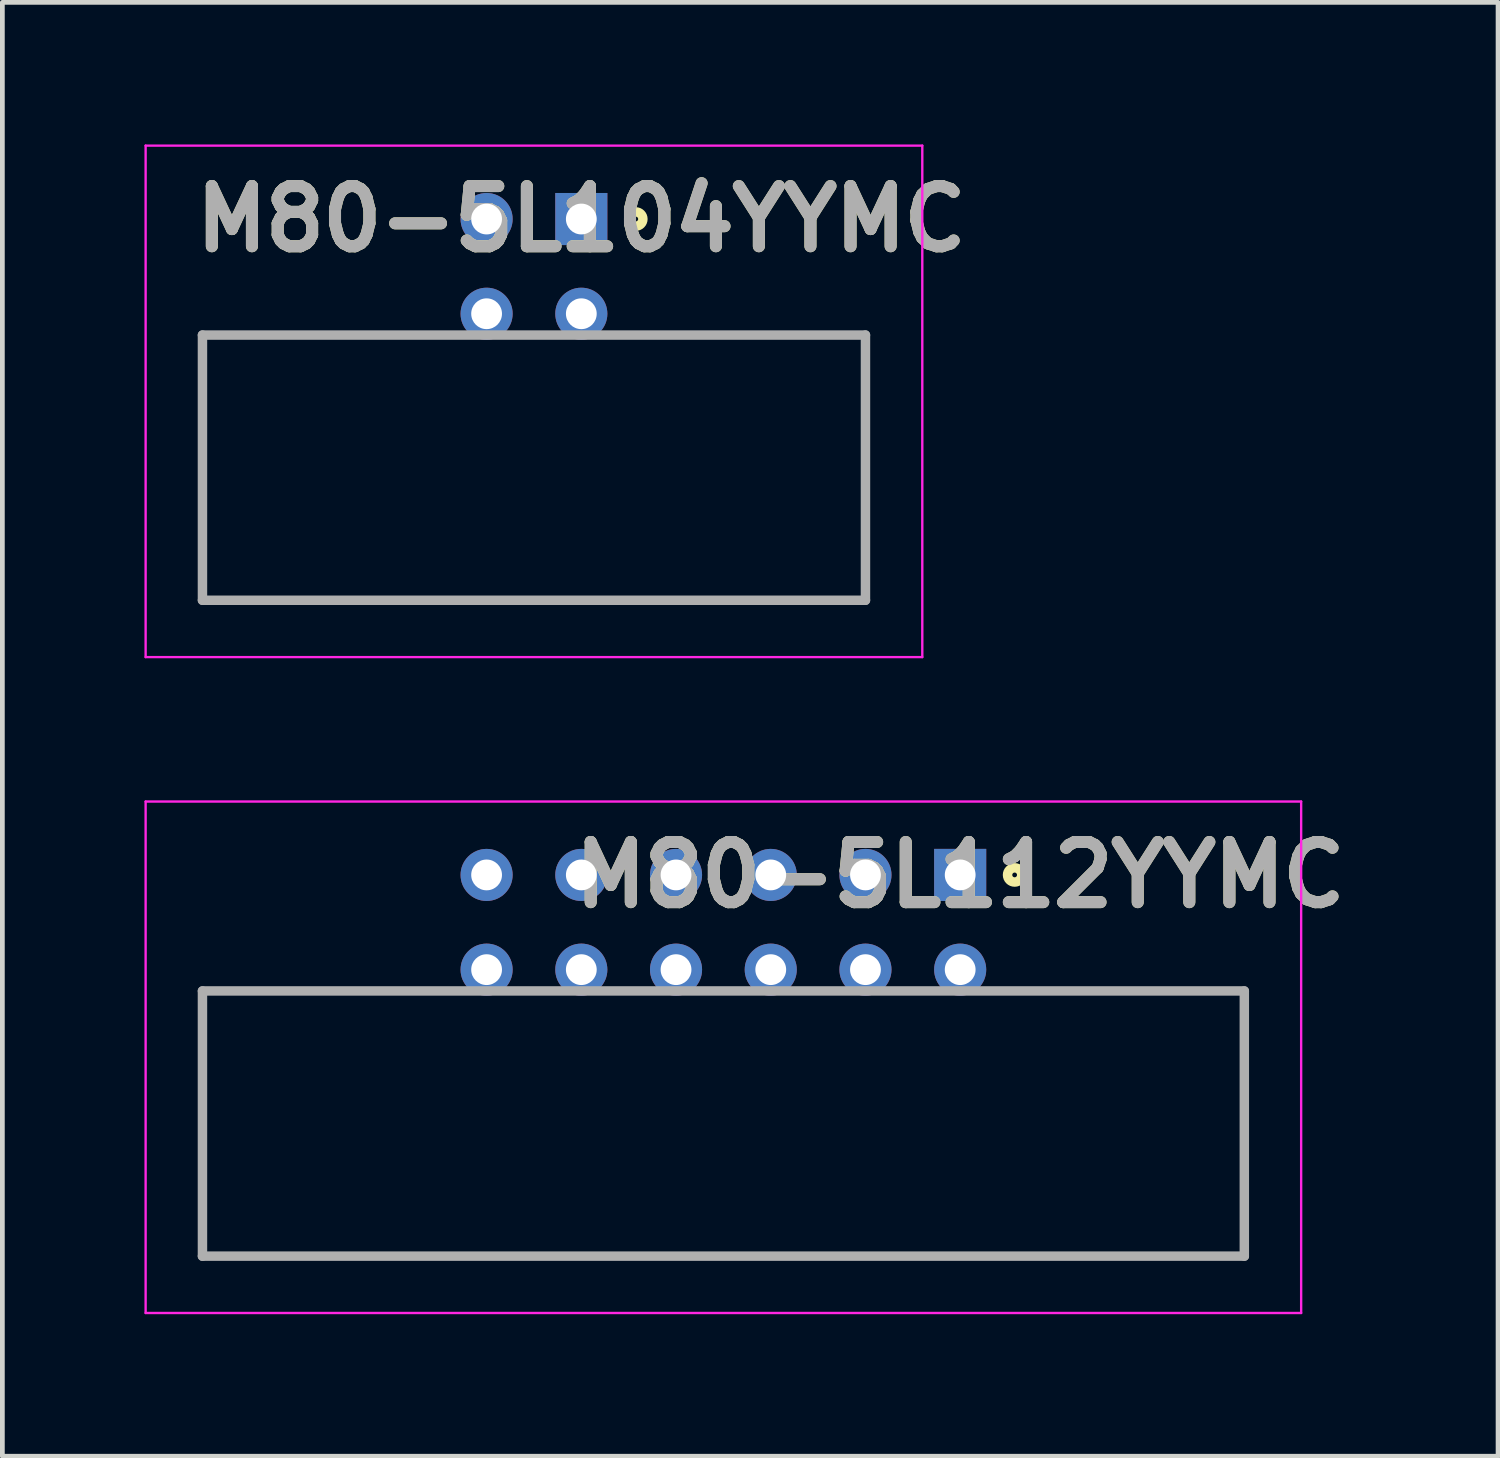
<source format=kicad_pcb>
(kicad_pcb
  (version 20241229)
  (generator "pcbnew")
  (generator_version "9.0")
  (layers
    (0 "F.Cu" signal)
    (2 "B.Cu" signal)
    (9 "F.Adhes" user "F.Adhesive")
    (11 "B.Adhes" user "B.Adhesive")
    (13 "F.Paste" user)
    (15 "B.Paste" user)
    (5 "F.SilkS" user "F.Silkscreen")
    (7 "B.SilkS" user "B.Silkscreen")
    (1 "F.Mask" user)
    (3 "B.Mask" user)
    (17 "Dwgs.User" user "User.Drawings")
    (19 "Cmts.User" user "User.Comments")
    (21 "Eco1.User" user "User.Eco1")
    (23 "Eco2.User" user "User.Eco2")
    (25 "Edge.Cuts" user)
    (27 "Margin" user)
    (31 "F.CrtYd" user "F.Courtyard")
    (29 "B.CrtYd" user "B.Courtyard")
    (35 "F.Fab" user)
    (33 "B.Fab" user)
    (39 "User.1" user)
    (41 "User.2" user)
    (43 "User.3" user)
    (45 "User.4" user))
  (footprint "M80-5L104YYMC"
    (layer "F.Cu")
    (at 9.225 1.575)
    (property "Reference" "M80-5L104YYMC" (at 0 0 0) (layer "F.SilkS") (effects (font (size 1.27 1.27) (thickness 0.254))))
    (attr through_hole)
    (fp_line (start -8 8.05) (end -8 2.45) (stroke (width 0.1) (type solid)) (layer "F.SilkS"))
    (fp_line (start 6 2.45) (end 6 8.05) (stroke (width 0.1) (type solid)) (layer "F.SilkS"))
    (fp_line (start 6 8.05) (end -8 8.05) (stroke (width 0.1) (type solid)) (layer "F.SilkS"))
    (fp_circle (center 1.15 0) (end 1.15 0.05) (stroke (width 0.2) (type solid)) (fill no) (layer "F.SilkS"))
    (fp_line (start -9.2 -1.55) (end 7.2 -1.55) (stroke (width 0.05) (type solid)) (layer "F.CrtYd"))
    (fp_line (start -9.2 9.25) (end -9.2 -1.55) (stroke (width 0.05) (type solid)) (layer "F.CrtYd"))
    (fp_line (start 7.2 -1.55) (end 7.2 9.25) (stroke (width 0.05) (type solid)) (layer "F.CrtYd"))
    (fp_line (start 7.2 9.25) (end -9.2 9.25) (stroke (width 0.05) (type solid)) (layer "F.CrtYd"))
    (fp_line (start -8 2.45) (end 6 2.45) (stroke (width 0.2) (type solid)) (layer "F.Fab"))
    (fp_line (start -8 8.05) (end -8 2.45) (stroke (width 0.2) (type solid)) (layer "F.Fab"))
    (fp_line (start 6 2.45) (end 6 8.05) (stroke (width 0.2) (type solid)) (layer "F.Fab"))
    (fp_line (start 6 8.05) (end -8 8.05) (stroke (width 0.2) (type solid)) (layer "F.Fab"))
    (fp_text user "${REFERENCE}" (at 0 0 0) (layer "F.Fab") (effects (font (size 1.27 1.27) (thickness 0.254))))
    (pad "1" thru_hole rect (at 0 0) (size 1.1 1.1) (drill 0.65) (layers "*.Cu" "*.Mask"))
    (pad "2" thru_hole circle (at -2 0) (size 1.1 1.1) (drill 0.65) (layers "*.Cu" "*.Mask"))
    (pad "3" thru_hole circle (at 0 2) (size 1.1 1.1) (drill 0.65) (layers "*.Cu" "*.Mask"))
    (pad "4" thru_hole circle (at -2 2) (size 1.1 1.1) (drill 0.65) (layers "*.Cu" "*.Mask")))
  (footprint "M80-5L112YYMC"
    (layer "F.Cu")
    (at 17.225 15.425)
    (property "Reference" "M80-5L112YYMC" (at 0 0 0) (layer "F.SilkS") (effects (font (size 1.27 1.27) (thickness 0.254))))
    (attr through_hole)
    (fp_line (start -16 8.05) (end -16 2.45) (stroke (width 0.1) (type solid)) (layer "F.SilkS"))
    (fp_line (start 6 2.45) (end 6 8.05) (stroke (width 0.1) (type solid)) (layer "F.SilkS"))
    (fp_line (start 6 8.05) (end -16 8.05) (stroke (width 0.1) (type solid)) (layer "F.SilkS"))
    (fp_circle (center 1.15 0) (end 1.15 0.05) (stroke (width 0.2) (type solid)) (fill no) (layer "F.SilkS"))
    (fp_line (start -17.2 -1.55) (end 7.2 -1.55) (stroke (width 0.05) (type solid)) (layer "F.CrtYd"))
    (fp_line (start -17.2 9.25) (end -17.2 -1.55) (stroke (width 0.05) (type solid)) (layer "F.CrtYd"))
    (fp_line (start 7.2 -1.55) (end 7.2 9.25) (stroke (width 0.05) (type solid)) (layer "F.CrtYd"))
    (fp_line (start 7.2 9.25) (end -17.2 9.25) (stroke (width 0.05) (type solid)) (layer "F.CrtYd"))
    (fp_line (start -16 2.45) (end 6 2.45) (stroke (width 0.2) (type solid)) (layer "F.Fab"))
    (fp_line (start -16 8.05) (end -16 2.45) (stroke (width 0.2) (type solid)) (layer "F.Fab"))
    (fp_line (start 6 2.45) (end 6 8.05) (stroke (width 0.2) (type solid)) (layer "F.Fab"))
    (fp_line (start 6 8.05) (end -16 8.05) (stroke (width 0.2) (type solid)) (layer "F.Fab"))
    (fp_text user "${REFERENCE}" (at 0 0 0) (layer "F.Fab") (effects (font (size 1.27 1.27) (thickness 0.254))))
    (pad "1" thru_hole rect (at 0 0) (size 1.1 1.1) (drill 0.65) (layers "*.Cu" "*.Mask"))
    (pad "2" thru_hole circle (at -2 0) (size 1.1 1.1) (drill 0.65) (layers "*.Cu" "*.Mask"))
    (pad "3" thru_hole circle (at -4 0) (size 1.1 1.1) (drill 0.65) (layers "*.Cu" "*.Mask"))
    (pad "4" thru_hole circle (at -6 0) (size 1.1 1.1) (drill 0.65) (layers "*.Cu" "*.Mask"))
    (pad "5" thru_hole circle (at -8 0) (size 1.1 1.1) (drill 0.65) (layers "*.Cu" "*.Mask"))
    (pad "6" thru_hole circle (at -10 0) (size 1.1 1.1) (drill 0.65) (layers "*.Cu" "*.Mask"))
    (pad "7" thru_hole circle (at 0 2) (size 1.1 1.1) (drill 0.65) (layers "*.Cu" "*.Mask"))
    (pad "8" thru_hole circle (at -2 2) (size 1.1 1.1) (drill 0.65) (layers "*.Cu" "*.Mask"))
    (pad "9" thru_hole circle (at -4 2) (size 1.1 1.1) (drill 0.65) (layers "*.Cu" "*.Mask"))
    (pad "10" thru_hole circle (at -6 2) (size 1.1 1.1) (drill 0.65) (layers "*.Cu" "*.Mask"))
    (pad "11" thru_hole circle (at -8 2) (size 1.1 1.1) (drill 0.65) (layers "*.Cu" "*.Mask"))
    (pad "12" thru_hole circle (at -10 2) (size 1.1 1.1) (drill 0.65) (layers "*.Cu" "*.Mask")))
  (gr_rect
    (start -3 -3)
    (end 28.583 27.7)
    (stroke (width 0.1) (type default))
    (fill no)
    (layer "Edge.Cuts")))
</source>
